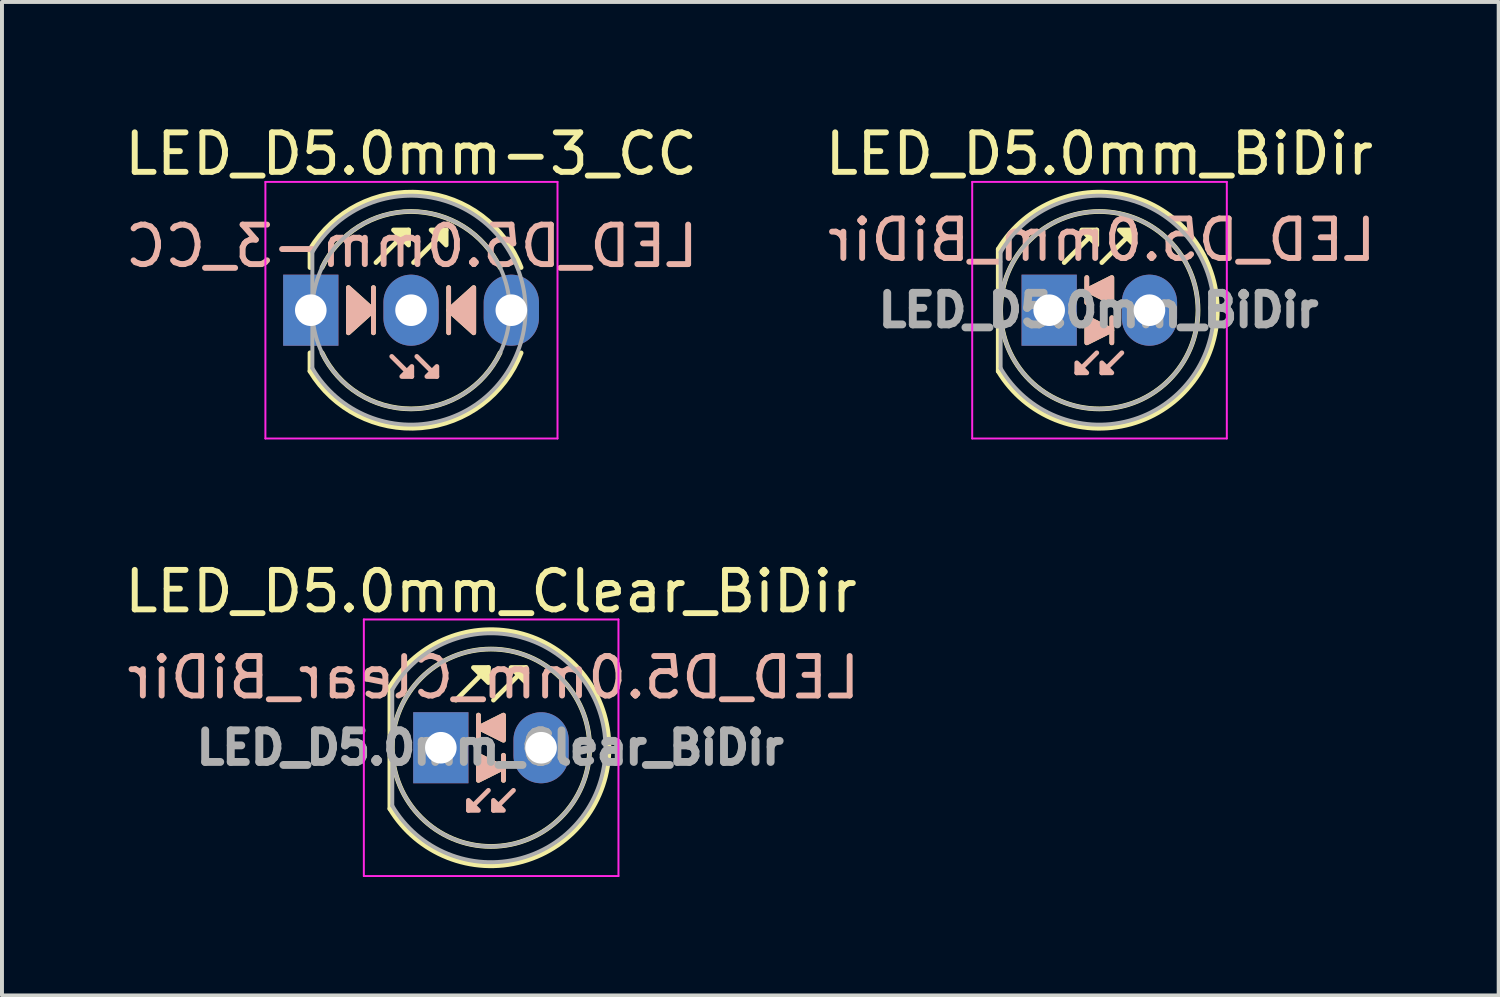
<source format=kicad_pcb>
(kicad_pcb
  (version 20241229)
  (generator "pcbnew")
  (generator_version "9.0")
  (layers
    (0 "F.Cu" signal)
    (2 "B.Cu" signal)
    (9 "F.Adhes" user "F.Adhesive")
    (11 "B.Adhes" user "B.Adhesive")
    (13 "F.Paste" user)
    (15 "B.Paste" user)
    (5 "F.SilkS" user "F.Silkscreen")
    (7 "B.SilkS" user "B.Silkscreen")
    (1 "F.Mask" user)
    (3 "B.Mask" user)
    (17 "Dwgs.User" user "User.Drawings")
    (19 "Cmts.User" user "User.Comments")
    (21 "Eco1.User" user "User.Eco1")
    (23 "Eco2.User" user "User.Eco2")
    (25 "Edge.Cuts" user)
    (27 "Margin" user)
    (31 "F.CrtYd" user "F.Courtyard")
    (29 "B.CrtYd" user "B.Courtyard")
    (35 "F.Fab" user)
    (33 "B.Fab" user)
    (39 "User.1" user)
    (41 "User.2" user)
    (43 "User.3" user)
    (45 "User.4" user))
  (footprint "LED_D5.0mm_Clear_BiDir"
    (layer "F.Cu")
    (at 8.117 15.892)
    (property "Reference" "LED_D5.0mm_Clear_BiDir" (at 1.27 -3.96 0) (layer "F.SilkS") (effects (font (size 1 1) (thickness 0.15))))
    (fp_line (start -1.29 -1.545) (end -1.29 1.545) (stroke (width 0.12) (type solid)) (layer "F.SilkS"))
    (fp_line (start 0.381 -1.206) (end 1.206 -2.032) (stroke (width 0.12) (type solid)) (layer "F.SilkS"))
    (fp_line (start 0.953 -0.826) (end 0.953 -0.191) (stroke (width 0.12) (type solid)) (layer "F.SilkS"))
    (fp_line (start 1.333 -1.206) (end 2.159 -2.032) (stroke (width 0.12) (type solid)) (layer "F.SilkS"))
    (fp_line (start 1.587 0.826) (end 1.587 0.191) (stroke (width 0.12) (type solid)) (layer "F.SilkS"))
    (fp_arc (start -1.29 -1.54483) (mid 2.072002 -2.880433) (end 4.26 0.000462) (stroke (width 0.12) (type solid)) (layer "F.SilkS"))
    (fp_arc (start 4.26 -0.000462) (mid 2.072002 2.880433) (end -1.29 1.54483) (stroke (width 0.12) (type solid)) (layer "F.SilkS"))
    (fp_circle (center 1.27 0) (end 3.77 0) (stroke (width 0.12) (type solid)) (fill no) (layer "F.SilkS"))
    (fp_poly (pts (xy 0.953 0.191) (xy 1.587 0.508) (xy 0.953 0.826)) (stroke (width 0.12) (type solid)) (fill yes) (layer "F.SilkS"))
    (fp_poly (pts (xy 1.206 -1.651) (xy 0.826 -2.032) (xy 1.206 -2.032)) (stroke (width 0.12) (type solid)) (fill yes) (layer "F.SilkS"))
    (fp_poly (pts (xy 1.587 -0.191) (xy 0.953 -0.508) (xy 1.587 -0.826)) (stroke (width 0.12) (type solid)) (fill yes) (layer "F.SilkS"))
    (fp_poly (pts (xy 2.159 -1.651) (xy 1.778 -2.032) (xy 2.159 -2.032)) (stroke (width 0.12) (type solid)) (fill yes) (layer "F.SilkS"))
    (fp_line (start 0.953 -0.826) (end 0.953 -0.191) (stroke (width 0.12) (type solid)) (layer "B.SilkS"))
    (fp_line (start 1.206 1.079) (end 0.699 1.587) (stroke (width 0.12) (type solid)) (layer "B.SilkS"))
    (fp_line (start 1.587 0.826) (end 1.587 0.191) (stroke (width 0.12) (type solid)) (layer "B.SilkS"))
    (fp_line (start 1.841 1.079) (end 1.333 1.587) (stroke (width 0.12) (type solid)) (layer "B.SilkS"))
    (fp_poly (pts (xy 0.699 1.333) (xy 0.953 1.587) (xy 0.699 1.587)) (stroke (width 0.12) (type solid)) (fill yes) (layer "B.SilkS"))
    (fp_poly (pts (xy 0.953 0.191) (xy 1.587 0.508) (xy 0.953 0.826)) (stroke (width 0.12) (type solid)) (fill yes) (layer "B.SilkS"))
    (fp_poly (pts (xy 1.333 1.333) (xy 1.587 1.587) (xy 1.333 1.587)) (stroke (width 0.12) (type solid)) (fill yes) (layer "B.SilkS"))
    (fp_poly (pts (xy 1.587 -0.191) (xy 0.953 -0.508) (xy 1.587 -0.826)) (stroke (width 0.12) (type solid)) (fill yes) (layer "B.SilkS"))
    (fp_line (start -1.95 -3.25) (end -1.95 3.25) (stroke (width 0.05) (type solid)) (layer "F.CrtYd"))
    (fp_line (start -1.95 3.25) (end 4.5 3.25) (stroke (width 0.05) (type solid)) (layer "F.CrtYd"))
    (fp_line (start 4.5 -3.25) (end -1.95 -3.25) (stroke (width 0.05) (type solid)) (layer "F.CrtYd"))
    (fp_line (start 4.5 3.25) (end 4.5 -3.25) (stroke (width 0.05) (type solid)) (layer "F.CrtYd"))
    (fp_line (start -1.23 -1.47) (end -1.23 1.47) (stroke (width 0.1) (type solid)) (layer "F.Fab"))
    (fp_arc (start -1.23 -1.469694) (mid 4.17 0.000016) (end -1.230016 1.469666) (stroke (width 0.1) (type solid)) (layer "F.Fab"))
    (fp_circle (center 1.27 0) (end 3.77 0) (stroke (width 0.1) (type solid)) (fill no) (layer "F.Fab"))
    (fp_text user "${REFERENCE}" (at 1.333 -1.778 0) (layer "B.SilkS") (effects (font (size 1 1) (thickness 0.15)) (justify mirror)))
    (fp_text user "${REFERENCE}" (at 1.25 0 0) (layer "F.Fab") (effects (font (size 0.8 0.8) (thickness 0.2))))
    (pad "1" thru_hole rect (at 0 0) (size 1.4 1.8) (drill 0.8) (layers "*.Cu" "*.Mask"))
    (pad "2" thru_hole oval (at 2.54 0) (size 1.4 1.8) (drill 0.8) (layers "*.Cu" "*.Mask")))
  (footprint "LED_D5.0mm-3_CC"
    (layer "F.Cu")
    (at 4.823 4.808)
    (property "Reference" "LED_D5.0mm-3_CC" (at 2.54 -3.96 0) (layer "F.SilkS") (effects (font (size 1 1) (thickness 0.15))))
    (fp_line (start -0.02 -1.545) (end -0.02 -1.08) (stroke (width 0.12) (type solid)) (layer "F.SilkS"))
    (fp_line (start -0.02 1.08) (end -0.02 1.545) (stroke (width 0.12) (type solid)) (layer "F.SilkS"))
    (fp_line (start 1.587 0.572) (end 1.587 -0.572) (stroke (width 0.12) (type solid)) (layer "F.SilkS"))
    (fp_line (start 1.651 -1.206) (end 2.477 -2.032) (stroke (width 0.12) (type solid)) (layer "F.SilkS"))
    (fp_line (start 2.603 -1.206) (end 3.429 -2.032) (stroke (width 0.12) (type solid)) (layer "F.SilkS"))
    (fp_line (start 3.493 -0.572) (end 3.493 0.572) (stroke (width 0.12) (type solid)) (layer "F.SilkS"))
    (fp_arc (start -0.02 -1.54483) (mid 2.798456 -2.978809) (end 5.327815 -1.080827) (stroke (width 0.12) (type solid)) (layer "F.SilkS"))
    (fp_arc (start 0.285316 -1.08) (mid 2.539762 -2.5) (end 4.794479 -1.080429) (stroke (width 0.12) (type solid)) (layer "F.SilkS"))
    (fp_arc (start 4.794479 1.080429) (mid 2.539762 2.5) (end 0.285316 1.08) (stroke (width 0.12) (type solid)) (layer "F.SilkS"))
    (fp_arc (start 5.327815 1.080827) (mid 2.798456 2.978808) (end -0.02 1.54483) (stroke (width 0.12) (type solid)) (layer "F.SilkS"))
    (fp_poly (pts (xy 0.953 -0.572) (xy 1.587 0) (xy 0.953 0.572)) (stroke (width 0.12) (type solid)) (fill yes) (layer "F.SilkS"))
    (fp_poly (pts (xy 2.477 -1.651) (xy 2.095 -2.032) (xy 2.477 -2.032)) (stroke (width 0.12) (type solid)) (fill yes) (layer "F.SilkS"))
    (fp_poly (pts (xy 3.429 -1.651) (xy 3.048 -2.032) (xy 3.429 -2.032)) (stroke (width 0.12) (type solid)) (fill yes) (layer "F.SilkS"))
    (fp_poly (pts (xy 4.128 0.572) (xy 3.493 0) (xy 4.128 -0.572)) (stroke (width 0.12) (type solid)) (fill yes) (layer "F.SilkS"))
    (fp_line (start 1.587 0.572) (end 1.587 -0.572) (stroke (width 0.12) (type solid)) (layer "B.SilkS"))
    (fp_line (start 2.559 1.679) (end 2.051 1.171) (stroke (width 0.12) (type solid)) (layer "B.SilkS"))
    (fp_line (start 3.194 1.679) (end 2.686 1.171) (stroke (width 0.12) (type solid)) (layer "B.SilkS"))
    (fp_line (start 3.493 -0.572) (end 3.493 0.572) (stroke (width 0.12) (type solid)) (layer "B.SilkS"))
    (fp_poly (pts (xy 0.953 0.572) (xy 1.587 0) (xy 0.953 -0.572)) (stroke (width 0.12) (type solid)) (fill yes) (layer "B.SilkS"))
    (fp_poly (pts (xy 2.559 1.425) (xy 2.305 1.679) (xy 2.559 1.679)) (stroke (width 0.12) (type solid)) (fill yes) (layer "B.SilkS"))
    (fp_poly (pts (xy 3.194 1.425) (xy 2.94 1.679) (xy 3.194 1.679)) (stroke (width 0.12) (type solid)) (fill yes) (layer "B.SilkS"))
    (fp_poly (pts (xy 4.128 0.572) (xy 3.493 0) (xy 4.128 -0.572)) (stroke (width 0.12) (type solid)) (fill yes) (layer "B.SilkS"))
    (fp_line (start -1.15 -3.25) (end -1.15 3.25) (stroke (width 0.05) (type solid)) (layer "F.CrtYd"))
    (fp_line (start -1.15 3.25) (end 6.25 3.25) (stroke (width 0.05) (type solid)) (layer "F.CrtYd"))
    (fp_line (start 6.25 -3.25) (end -1.15 -3.25) (stroke (width 0.05) (type solid)) (layer "F.CrtYd"))
    (fp_line (start 6.25 3.25) (end 6.25 -3.25) (stroke (width 0.05) (type solid)) (layer "F.CrtYd"))
    (fp_line (start 0.04 -1.47) (end 0.04 1.47) (stroke (width 0.1) (type solid)) (layer "F.Fab"))
    (fp_arc (start 0.04 -1.469694) (mid 5.44 0.000016) (end 0.039984 1.469666) (stroke (width 0.1) (type solid)) (layer "F.Fab"))
    (fp_circle (center 2.54 0) (end 5.04 0) (stroke (width 0.1) (type solid)) (fill no) (layer "F.Fab"))
    (fp_text user "${REFERENCE}" (at 2.559 -1.623 0) (layer "B.SilkS") (effects (font (size 1 1) (thickness 0.15)) (justify mirror)))
    (pad "1" thru_hole rect (at 0 0) (size 1.4 1.8) (drill 0.8) (layers "*.Cu" "*.Mask"))
    (pad "2" thru_hole oval (at 2.54 0) (size 1.4 1.8) (drill 0.8) (layers "*.Cu" "*.Mask"))
    (pad "3" thru_hole oval (at 5.08 0) (size 1.4 1.8) (drill 0.8) (layers "*.Cu" "*.Mask")))
  (footprint "LED_D5.0mm_BiDir"
    (layer "F.Cu")
    (at 23.528 4.808)
    (property "Reference" "LED_D5.0mm_BiDir" (at 1.27 -3.96 0) (layer "F.SilkS") (effects (font (size 1 1) (thickness 0.15))))
    (fp_line (start -1.29 -1.545) (end -1.29 1.545) (stroke (width 0.12) (type solid)) (layer "F.SilkS"))
    (fp_line (start 0.381 -1.206) (end 1.206 -2.032) (stroke (width 0.12) (type solid)) (layer "F.SilkS"))
    (fp_line (start 0.953 -0.826) (end 0.953 -0.191) (stroke (width 0.12) (type solid)) (layer "F.SilkS"))
    (fp_line (start 1.333 -1.206) (end 2.159 -2.032) (stroke (width 0.12) (type solid)) (layer "F.SilkS"))
    (fp_line (start 1.587 0.826) (end 1.587 0.191) (stroke (width 0.12) (type solid)) (layer "F.SilkS"))
    (fp_arc (start -1.29 -1.54483) (mid 2.072002 -2.880433) (end 4.26 0.000462) (stroke (width 0.12) (type solid)) (layer "F.SilkS"))
    (fp_arc (start 4.26 -0.000462) (mid 2.072002 2.880433) (end -1.29 1.54483) (stroke (width 0.12) (type solid)) (layer "F.SilkS"))
    (fp_circle (center 1.27 0) (end 3.77 0) (stroke (width 0.12) (type solid)) (fill no) (layer "F.SilkS"))
    (fp_poly (pts (xy 0.953 0.191) (xy 1.587 0.508) (xy 0.953 0.826)) (stroke (width 0.12) (type solid)) (fill yes) (layer "F.SilkS"))
    (fp_poly (pts (xy 1.206 -1.651) (xy 0.826 -2.032) (xy 1.206 -2.032)) (stroke (width 0.12) (type solid)) (fill yes) (layer "F.SilkS"))
    (fp_poly (pts (xy 1.587 -0.191) (xy 0.953 -0.508) (xy 1.587 -0.826)) (stroke (width 0.12) (type solid)) (fill yes) (layer "F.SilkS"))
    (fp_poly (pts (xy 2.159 -1.651) (xy 1.778 -2.032) (xy 2.159 -2.032)) (stroke (width 0.12) (type solid)) (fill yes) (layer "F.SilkS"))
    (fp_line (start 0.953 -0.826) (end 0.953 -0.191) (stroke (width 0.12) (type solid)) (layer "B.SilkS"))
    (fp_line (start 1.206 1.079) (end 0.699 1.587) (stroke (width 0.12) (type solid)) (layer "B.SilkS"))
    (fp_line (start 1.587 0.826) (end 1.587 0.191) (stroke (width 0.12) (type solid)) (layer "B.SilkS"))
    (fp_line (start 1.841 1.079) (end 1.333 1.587) (stroke (width 0.12) (type solid)) (layer "B.SilkS"))
    (fp_poly (pts (xy 0.699 1.333) (xy 0.953 1.587) (xy 0.699 1.587)) (stroke (width 0.12) (type solid)) (fill yes) (layer "B.SilkS"))
    (fp_poly (pts (xy 0.953 0.191) (xy 1.587 0.508) (xy 0.953 0.826)) (stroke (width 0.12) (type solid)) (fill yes) (layer "B.SilkS"))
    (fp_poly (pts (xy 1.333 1.333) (xy 1.587 1.587) (xy 1.333 1.587)) (stroke (width 0.12) (type solid)) (fill yes) (layer "B.SilkS"))
    (fp_poly (pts (xy 1.587 -0.191) (xy 0.953 -0.508) (xy 1.587 -0.826)) (stroke (width 0.12) (type solid)) (fill yes) (layer "B.SilkS"))
    (fp_line (start -1.95 -3.25) (end -1.95 3.25) (stroke (width 0.05) (type solid)) (layer "F.CrtYd"))
    (fp_line (start -1.95 3.25) (end 4.5 3.25) (stroke (width 0.05) (type solid)) (layer "F.CrtYd"))
    (fp_line (start 4.5 -3.25) (end -1.95 -3.25) (stroke (width 0.05) (type solid)) (layer "F.CrtYd"))
    (fp_line (start 4.5 3.25) (end 4.5 -3.25) (stroke (width 0.05) (type solid)) (layer "F.CrtYd"))
    (fp_line (start -1.23 -1.47) (end -1.23 1.47) (stroke (width 0.1) (type solid)) (layer "F.Fab"))
    (fp_arc (start -1.23 -1.469694) (mid 4.17 0.000016) (end -1.230016 1.469666) (stroke (width 0.1) (type solid)) (layer "F.Fab"))
    (fp_circle (center 1.27 0) (end 3.77 0) (stroke (width 0.1) (type solid)) (fill no) (layer "F.Fab"))
    (fp_text user "${REFERENCE}" (at 1.333 -1.778 0) (layer "B.SilkS") (effects (font (size 1 1) (thickness 0.15)) (justify mirror)))
    (fp_text user "${REFERENCE}" (at 1.25 0 0) (layer "F.Fab") (effects (font (size 0.8 0.8) (thickness 0.2))))
    (pad "1" thru_hole rect (at 0 0) (size 1.4 1.8) (drill 0.8) (layers "*.Cu" "*.Mask"))
    (pad "2" thru_hole oval (at 2.54 0) (size 1.4 1.8) (drill 0.8) (layers "*.Cu" "*.Mask")))
  (gr_rect
    (start -3 -3)
    (end 34.915 22.166)
    (stroke (width 0.1) (type default))
    (fill no)
    (layer "Edge.Cuts")))
</source>
